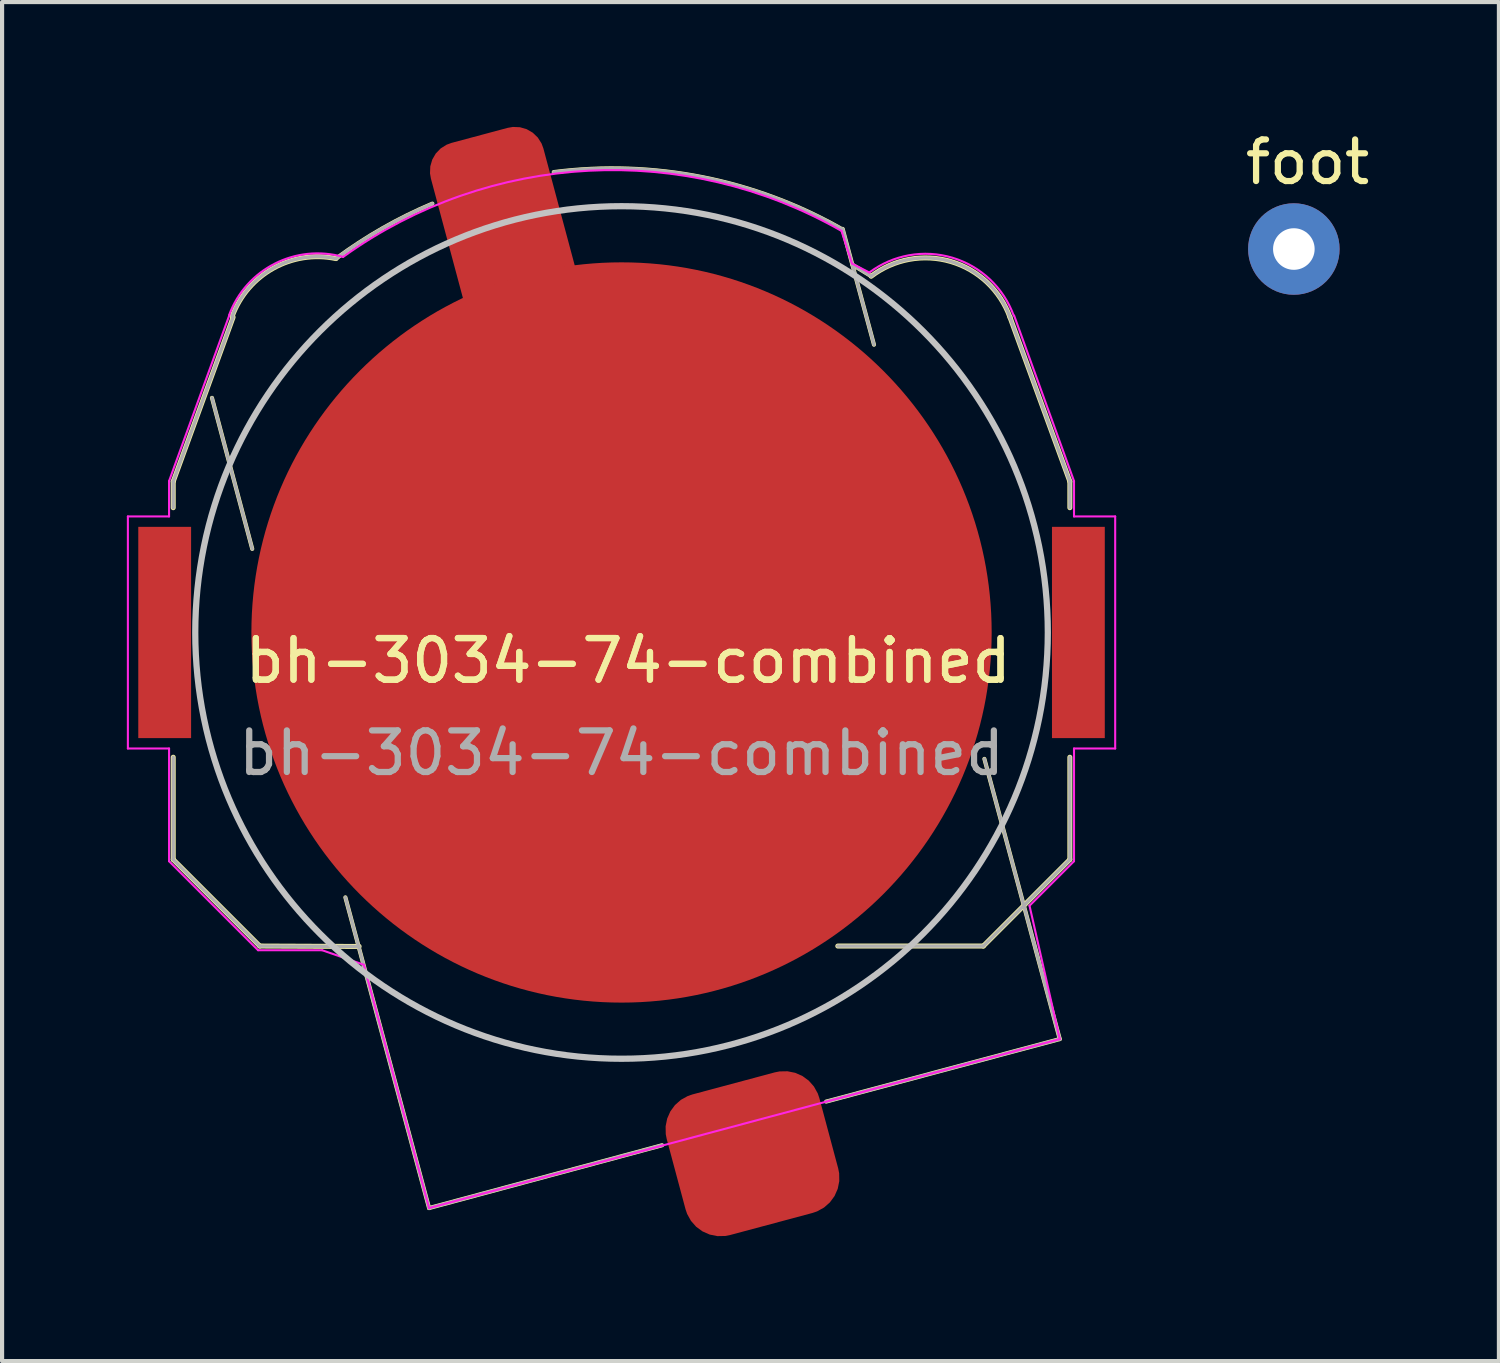
<source format=kicad_pcb>
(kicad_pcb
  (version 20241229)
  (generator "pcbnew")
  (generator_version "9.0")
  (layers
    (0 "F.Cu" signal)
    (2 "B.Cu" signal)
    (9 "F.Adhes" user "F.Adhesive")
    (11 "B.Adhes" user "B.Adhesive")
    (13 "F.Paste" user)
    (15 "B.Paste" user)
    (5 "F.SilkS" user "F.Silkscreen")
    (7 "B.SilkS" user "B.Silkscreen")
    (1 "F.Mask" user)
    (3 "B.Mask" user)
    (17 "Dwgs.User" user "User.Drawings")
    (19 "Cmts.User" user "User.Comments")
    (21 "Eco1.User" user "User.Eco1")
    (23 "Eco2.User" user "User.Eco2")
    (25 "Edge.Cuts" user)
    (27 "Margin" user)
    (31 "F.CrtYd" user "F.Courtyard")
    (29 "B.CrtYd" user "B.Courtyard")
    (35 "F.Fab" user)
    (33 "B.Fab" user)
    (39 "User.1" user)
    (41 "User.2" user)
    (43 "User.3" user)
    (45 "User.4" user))
  (footprint "bh-3034-74-combined"
    (layer "F.Cu")
    (at 12.055 13.338)
    (property "Reference" "bh-3034-74-combined" (at 0 -0.5 0) (unlocked yes) (layer "F.SilkS") (effects (font (size 1 1) (thickness 0.15))))
    (attr smd)
    (fp_line (start -10.94 -4.81) (end -9.5 -8.76) (stroke (width 0.12) (type solid)) (layer "F.SilkS"))
    (fp_line (start -10.94 -4.18) (end -10.94 -4.81) (stroke (width 0.12) (type solid)) (layer "F.SilkS"))
    (fp_line (start -10.94 4.28) (end -10.94 1.82) (stroke (width 0.12) (type solid)) (layer "F.SilkS"))
    (fp_line (start -9.04 -3.19) (end -10.008 -6.821) (stroke (width 0.099) (type default)) (layer "F.SilkS"))
    (fp_line (start -8.86 6.36) (end -10.94 4.28) (stroke (width 0.12) (type solid)) (layer "F.SilkS"))
    (fp_line (start -8.86 6.36) (end -6.47 6.37) (stroke (width 0.12) (type solid)) (layer "F.SilkS"))
    (fp_line (start -4.788 12.66) (end -6.8 5.19) (stroke (width 0.099) (type default)) (layer "F.SilkS"))
    (fp_line (start 0.815 11.15) (end -4.788 12.66) (stroke (width 0.099) (type default)) (layer "F.SilkS"))
    (fp_line (start 5.04 6.36) (end 8.54 6.36) (stroke (width 0.12) (type solid)) (layer "F.SilkS"))
    (fp_line (start 5.157 -10.884) (end 5.91 -8.1) (stroke (width 0.099) (type default)) (layer "F.SilkS"))
    (fp_line (start 5.843 -9.747) (end 5.395 -10.02) (stroke (width 0.099) (type default)) (layer "F.SilkS"))
    (fp_line (start 8.54 6.36) (end 10.62 4.28) (stroke (width 0.12) (type solid)) (layer "F.SilkS"))
    (fp_line (start 10.377 8.597) (end 4.76 10.1) (stroke (width 0.099) (type default)) (layer "F.SilkS"))
    (fp_line (start 10.377 8.597) (end 8.565 1.86) (stroke (width 0.099) (type default)) (layer "F.SilkS"))
    (fp_line (start 10.62 -4.81) (end 9.18 -8.76) (stroke (width 0.12) (type solid)) (layer "F.SilkS"))
    (fp_line (start 10.62 -4.18) (end 10.62 -4.81) (stroke (width 0.12) (type solid)) (layer "F.SilkS"))
    (fp_line (start 10.62 4.28) (end 10.62 1.82) (stroke (width 0.12) (type solid)) (layer "F.SilkS"))
    (fp_arc (start -9.522423 -8.781786) (mid -8.531949 -9.940468) (end -7.025 -10.169999) (stroke (width 0.12) (type solid)) (layer "F.SilkS"))
    (fp_arc (start -7.024999 -10.169998) (mid -5.9065 -10.89989) (end -4.708834 -11.490972) (stroke (width 0.09906) (type default)) (layer "F.SilkS"))
    (fp_arc (start -1.79 -12.249999) (mid 1.792283 -12.126912) (end 5.149922 -10.872256) (stroke (width 0.09906) (type default)) (layer "F.SilkS"))
    (fp_arc (start 5.843354 -9.74653) (mid 7.761654 -10.098738) (end 9.18 -8.76) (stroke (width 0.12) (type solid)) (layer "F.SilkS"))
    (fp_circle (center -0.16 -1.18) (end -0.16 -11.43) (stroke (width 0.15) (type solid)) (fill no) (layer "Dwgs.User"))
    (fp_line (start -12.03 -3.97) (end -12.03 1.61) (stroke (width 0.05) (type solid)) (layer "F.CrtYd"))
    (fp_line (start -12.03 1.61) (end -11.04 1.61) (stroke (width 0.05) (type solid)) (layer "F.CrtYd"))
    (fp_line (start -11.04 -4.82) (end -11.04 -3.97) (stroke (width 0.05) (type solid)) (layer "F.CrtYd"))
    (fp_line (start -11.04 -3.97) (end -12.03 -3.97) (stroke (width 0.05) (type solid)) (layer "F.CrtYd"))
    (fp_line (start -11.04 1.61) (end -11.04 4.32) (stroke (width 0.05) (type solid)) (layer "F.CrtYd"))
    (fp_line (start -11.04 4.32) (end -8.9 6.46) (stroke (width 0.05) (type solid)) (layer "F.CrtYd"))
    (fp_line (start -9.59 -8.81) (end -11.04 -4.82) (stroke (width 0.05) (type solid)) (layer "F.CrtYd"))
    (fp_line (start -8.9 6.46) (end -7.36 6.46) (stroke (width 0.05) (type solid)) (layer "F.CrtYd"))
    (fp_line (start -7.36 6.46) (end -6.356 6.811) (stroke (width 0.05) (type default)) (layer "F.CrtYd"))
    (fp_line (start -4.788 12.66) (end -6.356 6.811) (stroke (width 0.05) (type default)) (layer "F.CrtYd"))
    (fp_line (start 5.129 -10.836) (end 5.38 -10.052) (stroke (width 0.05) (type default)) (layer "F.CrtYd"))
    (fp_line (start 5.38 -10.052) (end 5.797 -9.835) (stroke (width 0.05) (type default)) (layer "F.CrtYd"))
    (fp_line (start 9.65 5.39) (end 10.377 8.597) (stroke (width 0.05) (type default)) (layer "F.CrtYd"))
    (fp_line (start 9.65 5.39) (end 10.72 4.32) (stroke (width 0.05) (type solid)) (layer "F.CrtYd"))
    (fp_line (start 10.377 8.597) (end -4.788 12.66) (stroke (width 0.05) (type default)) (layer "F.CrtYd"))
    (fp_line (start 10.72 -4.82) (end 9.28 -8.8) (stroke (width 0.05) (type solid)) (layer "F.CrtYd"))
    (fp_line (start 10.72 -3.97) (end 10.72 -4.82) (stroke (width 0.05) (type solid)) (layer "F.CrtYd"))
    (fp_line (start 10.72 1.61) (end 11.71 1.61) (stroke (width 0.05) (type solid)) (layer "F.CrtYd"))
    (fp_line (start 10.72 4.32) (end 10.72 1.61) (stroke (width 0.05) (type solid)) (layer "F.CrtYd"))
    (fp_line (start 11.71 -3.97) (end 10.72 -3.97) (stroke (width 0.05) (type solid)) (layer "F.CrtYd"))
    (fp_line (start 11.71 1.61) (end 11.71 -3.97) (stroke (width 0.05) (type solid)) (layer "F.CrtYd"))
    (fp_arc (start -9.596815 -8.809282) (mid -8.500485 -10.047108) (end -6.855 -10.21) (stroke (width 0.05) (type solid)) (layer "F.CrtYd"))
    (fp_arc (start -6.855 -10.21) (mid -0.954869 -12.282999) (end 5.129082 -10.835794) (stroke (width 0.05) (type default)) (layer "F.CrtYd"))
    (fp_arc (start 5.796965 -9.834604) (mid 7.793941 -10.191629) (end 9.27 -8.8) (stroke (width 0.05) (type solid)) (layer "F.CrtYd"))
    (fp_line (start -10.94 -4.81) (end -9.5 -8.76) (stroke (width 0.08) (type solid)) (layer "F.Fab"))
    (fp_line (start -10.94 -4.18) (end -10.94 -4.81) (stroke (width 0.08) (type solid)) (layer "F.Fab"))
    (fp_line (start -10.94 4.28) (end -10.94 1.82) (stroke (width 0.08) (type solid)) (layer "F.Fab"))
    (fp_line (start -9.04 -3.19) (end -10.008 -6.821) (stroke (width 0.08) (type default)) (layer "F.Fab"))
    (fp_line (start -8.86 6.36) (end -10.94 4.28) (stroke (width 0.08) (type solid)) (layer "F.Fab"))
    (fp_line (start -8.86 6.36) (end -6.47 6.37) (stroke (width 0.08) (type solid)) (layer "F.Fab"))
    (fp_line (start -4.788 12.66) (end -6.8 5.19) (stroke (width 0.08) (type default)) (layer "F.Fab"))
    (fp_line (start 0.815 11.15) (end -4.788 12.66) (stroke (width 0.08) (type default)) (layer "F.Fab"))
    (fp_line (start 5.04 6.36) (end 8.54 6.36) (stroke (width 0.08) (type solid)) (layer "F.Fab"))
    (fp_line (start 5.157 -10.884) (end 5.91 -8.1) (stroke (width 0.08) (type default)) (layer "F.Fab"))
    (fp_line (start 5.843 -9.747) (end 5.395 -10.02) (stroke (width 0.08) (type default)) (layer "F.Fab"))
    (fp_line (start 8.54 6.36) (end 10.62 4.28) (stroke (width 0.08) (type solid)) (layer "F.Fab"))
    (fp_line (start 10.377 8.597) (end 4.76 10.1) (stroke (width 0.08) (type default)) (layer "F.Fab"))
    (fp_line (start 10.377 8.597) (end 8.565 1.86) (stroke (width 0.08) (type default)) (layer "F.Fab"))
    (fp_line (start 10.62 -4.81) (end 9.18 -8.76) (stroke (width 0.08) (type solid)) (layer "F.Fab"))
    (fp_line (start 10.62 -4.18) (end 10.62 -4.81) (stroke (width 0.08) (type solid)) (layer "F.Fab"))
    (fp_line (start 10.62 4.28) (end 10.62 1.82) (stroke (width 0.08) (type solid)) (layer "F.Fab"))
    (fp_arc (start -9.522423 -8.781786) (mid -8.531949 -9.940468) (end -7.025 -10.169999) (stroke (width 0.08) (type solid)) (layer "F.Fab"))
    (fp_arc (start -7.024999 -10.169998) (mid -5.9065 -10.89989) (end -4.708834 -11.490972) (stroke (width 0.08) (type default)) (layer "F.Fab"))
    (fp_arc (start -1.79 -12.249999) (mid 1.792283 -12.126912) (end 5.149922 -10.872256) (stroke (width 0.08) (type default)) (layer "F.Fab"))
    (fp_arc (start 5.843354 -9.74653) (mid 7.761654 -10.098739) (end 9.18 -8.76) (stroke (width 0.08) (type solid)) (layer "F.Fab"))
    (fp_text user "${REFERENCE}" (at 0 -0.5 0) (unlocked yes) (layer "F.SilkS") (effects (font (size 1 1) (thickness 0.15))))
    (fp_text user "${REFERENCE}" (at -0.16 1.72 180) (layer "F.Fab") (effects (font (size 1 1) (thickness 0.15))))
    (pad "1" smd rect (at -11.145 -1.18 180) (size 1.27 5.08) (layers "F.Cu" "F.Mask" "F.Paste"))
    (pad "1" smd roundrect (at 2.988 11.353 285) (size 3.5 3.8) (layers "F.Cu" "F.Mask" "F.Paste") (roundrect_rratio 0.25))
    (pad "1" smd rect (at 10.825 -1.18 180) (size 1.27 5.08) (layers "F.Cu" "F.Mask" "F.Paste"))
    (pad "2" smd roundrect (at -2.835 -10.38 285) (size 5.7 2.8) (layers "F.Cu" "F.Mask" "F.Paste") (roundrect_rratio 0.25))
    (pad "2" smd circle (at -0.16 -1.18 180) (size 17.8 17.8) (layers "F.Cu" "F.Mask")))
  (footprint "foot"
    (layer "F.Cu")
    (at 28.061 2.938)
    (property "Reference" "foot" (at 0.33 -2.09 0) (unlocked yes) (layer "F.SilkS") (effects (font (size 1 1) (thickness 0.15))))
    (attr through_hole)
    (pad "1" thru_hole circle (at 0 0) (size 2.2 2.2) (drill 1) (layers "*.Cu" "F.Mask")))
  (gr_rect
    (start -3 -3)
    (end 32.992 29.677)
    (stroke (width 0.1) (type default))
    (fill no)
    (layer "Edge.Cuts")))
</source>
